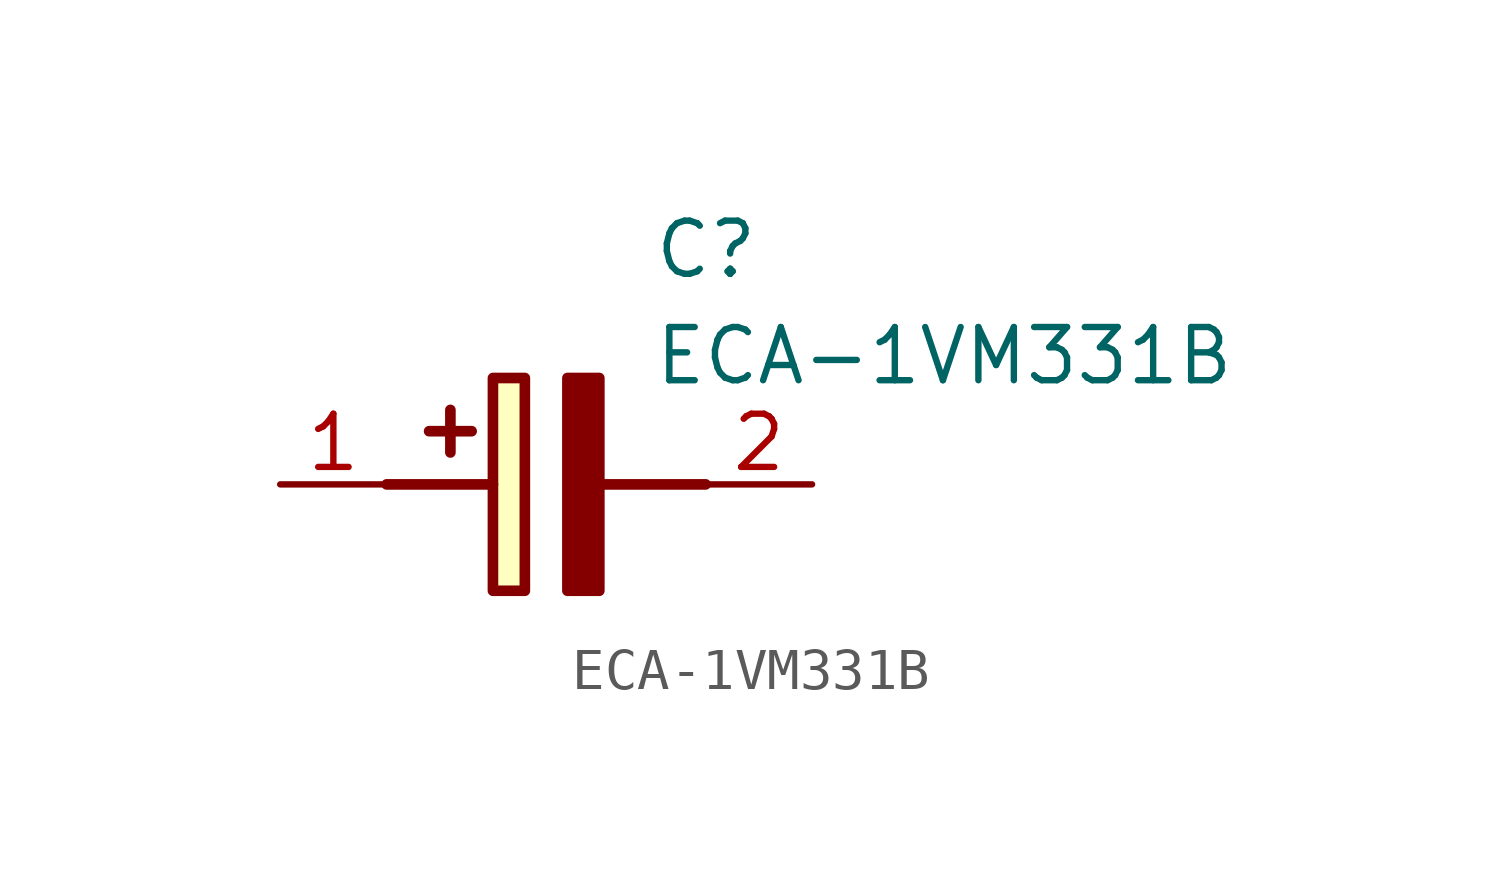
<source format=kicad_sym>
(kicad_symbol_lib
  (version 20211014)
  (generator SamacSys_ECAD_Model)
  (symbol "ECA-1VM331B"
    (pin_names hide)
    (property "Reference" "C"
      (at 8.89 6.35 0)
      (effects (font (size 1.27 1.27)) (justify left top)))
    (property "Value" "ECA-1VM331B"
      (at 8.89 3.81 0)
      (effects (font (size 1.27 1.27)) (justify left top)))
    (rectangle
      (start 5.08 2.54)
      (end 5.842 -2.54)
      (stroke (width 0.254) (type default))
      (fill (type background)))
    (polyline
      (pts (xy 4.572 1.27) (xy 3.556 1.27))
      (stroke (width 0.254) (type default))
      (fill (type none)))
    (polyline
      (pts (xy 4.064 1.778) (xy 4.064 0.762))
      (stroke (width 0.254) (type default))
      (fill (type none)))
    (polyline
      (pts (xy 2.54 0) (xy 5.08 0))
      (stroke (width 0.254) (type default))
      (fill (type none)))
    (polyline
      (pts (xy 7.62 0) (xy 10.16 0))
      (stroke (width 0.254) (type default))
      (fill (type none)))
    (polyline
      (pts (xy 7.62 2.54) (xy 7.62 -2.54) (xy 6.858 -2.54) (xy 6.858 2.54) (xy 7.62 2.54))
      (stroke (width 0.254) (type default))
      (fill (type outline)))
    (pin passive line
      (at 0 0 0)
      (length 2.54)
      (name "+" (effects (font (size 1.27 1.27))))
      (number "1" (effects (font (size 1.27 1.27)))))
    (pin passive line
      (at 12.7 0 180)
      (length 2.54)
      (name "-" (effects (font (size 1.27 1.27))))
      (number "2" (effects (font (size 1.27 1.27)))))))
</source>
